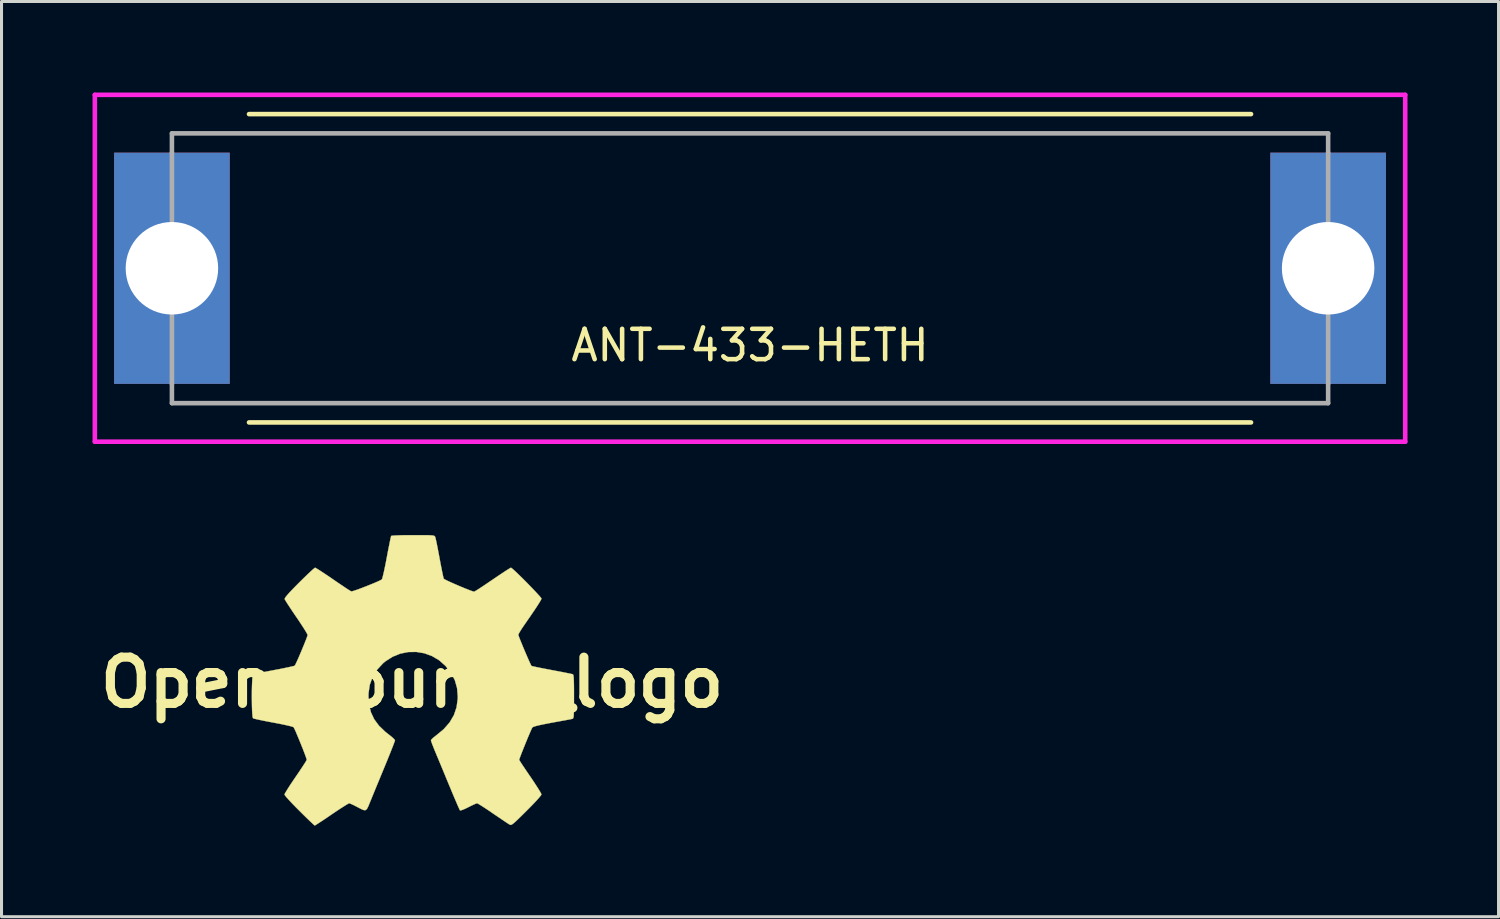
<source format=kicad_pcb>
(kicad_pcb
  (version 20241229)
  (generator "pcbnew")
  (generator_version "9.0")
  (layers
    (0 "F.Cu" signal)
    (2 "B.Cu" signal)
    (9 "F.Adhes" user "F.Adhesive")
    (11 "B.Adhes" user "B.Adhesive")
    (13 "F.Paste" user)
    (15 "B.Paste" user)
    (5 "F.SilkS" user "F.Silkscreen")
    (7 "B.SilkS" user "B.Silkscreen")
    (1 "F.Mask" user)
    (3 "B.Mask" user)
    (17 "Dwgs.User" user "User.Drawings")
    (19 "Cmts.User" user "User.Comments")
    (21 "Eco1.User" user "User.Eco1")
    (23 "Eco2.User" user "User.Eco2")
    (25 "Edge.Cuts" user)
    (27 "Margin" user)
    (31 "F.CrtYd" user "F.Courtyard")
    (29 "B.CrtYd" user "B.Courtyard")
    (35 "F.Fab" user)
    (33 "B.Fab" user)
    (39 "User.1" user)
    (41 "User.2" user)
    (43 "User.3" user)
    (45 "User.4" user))
  (footprint "Open_source_logo"
    (layer "F.Cu")
    (at 10.53 19.439)
    (property "Reference" "Open_source_logo" (at 0 0 0) (layer "F.SilkS") (effects (font (size 1.524 1.524) (thickness 0.3))))
    (attr through_hole)
    (fp_poly (pts (xy 0.248 -4.854) (xy 0.415 -4.853) (xy 0.54 -4.852) (xy 0.628 -4.848) (xy 0.687 -4.842) (xy 0.724 -4.833) (xy 0.744 -4.82) (xy 0.756 -4.804) (xy 0.762 -4.791) (xy 0.774 -4.745) (xy 0.795 -4.653) (xy 0.822 -4.523) (xy 0.853 -4.364) (xy 0.887 -4.185) (xy 0.904 -4.093) (xy 0.938 -3.909) (xy 0.971 -3.743) (xy 0.999 -3.602) (xy 1.022 -3.496) (xy 1.038 -3.432) (xy 1.043 -3.419) (xy 1.074 -3.398) (xy 1.147 -3.36) (xy 1.252 -3.311) (xy 1.38 -3.254) (xy 1.52 -3.193) (xy 1.661 -3.134) (xy 1.794 -3.08) (xy 1.908 -3.035) (xy 1.994 -3.004) (xy 2.041 -2.992) (xy 2.043 -2.992) (xy 2.074 -3.007) (xy 2.145 -3.05) (xy 2.249 -3.117) (xy 2.379 -3.203) (xy 2.528 -3.304) (xy 2.651 -3.387) (xy 2.811 -3.496) (xy 2.956 -3.593) (xy 3.08 -3.675) (xy 3.177 -3.736) (xy 3.238 -3.773) (xy 3.258 -3.782) (xy 3.288 -3.762) (xy 3.35 -3.708) (xy 3.438 -3.627) (xy 3.544 -3.524) (xy 3.662 -3.408) (xy 3.785 -3.284) (xy 3.907 -3.159) (xy 4.02 -3.041) (xy 4.119 -2.935) (xy 4.197 -2.849) (xy 4.247 -2.79) (xy 4.262 -2.765) (xy 4.249 -2.729) (xy 4.209 -2.658) (xy 4.141 -2.55) (xy 4.045 -2.403) (xy 3.917 -2.215) (xy 3.758 -1.985) (xy 3.68 -1.872) (xy 3.607 -1.764) (xy 3.549 -1.67) (xy 3.511 -1.601) (xy 3.5 -1.571) (xy 3.51 -1.535) (xy 3.539 -1.457) (xy 3.583 -1.348) (xy 3.636 -1.218) (xy 3.695 -1.076) (xy 3.756 -0.933) (xy 3.814 -0.799) (xy 3.865 -0.684) (xy 3.905 -0.598) (xy 3.929 -0.551) (xy 3.932 -0.546) (xy 3.963 -0.536) (xy 4.041 -0.519) (xy 4.16 -0.494) (xy 4.31 -0.464) (xy 4.484 -0.431) (xy 4.601 -0.408) (xy 4.788 -0.373) (xy 4.957 -0.341) (xy 5.101 -0.312) (xy 5.21 -0.29) (xy 5.278 -0.275) (xy 5.295 -0.271) (xy 5.307 -0.257) (xy 5.317 -0.223) (xy 5.324 -0.161) (xy 5.329 -0.067) (xy 5.332 0.066) (xy 5.334 0.244) (xy 5.334 0.463) (xy 5.334 0.684) (xy 5.333 0.854) (xy 5.33 0.982) (xy 5.326 1.072) (xy 5.32 1.133) (xy 5.311 1.169) (xy 5.3 1.188) (xy 5.285 1.196) (xy 5.236 1.208) (xy 5.147 1.225) (xy 5.034 1.247) (xy 4.981 1.256) (xy 4.706 1.306) (xy 4.482 1.348) (xy 4.305 1.383) (xy 4.17 1.412) (xy 4.072 1.437) (xy 4.007 1.458) (xy 3.97 1.476) (xy 3.96 1.485) (xy 3.941 1.523) (xy 3.905 1.602) (xy 3.858 1.712) (xy 3.802 1.845) (xy 3.743 1.989) (xy 3.684 2.135) (xy 3.629 2.273) (xy 3.582 2.393) (xy 3.548 2.485) (xy 3.529 2.539) (xy 3.528 2.548) (xy 3.543 2.576) (xy 3.586 2.645) (xy 3.652 2.745) (xy 3.737 2.872) (xy 3.836 3.018) (xy 3.895 3.103) (xy 4 3.259) (xy 4.093 3.401) (xy 4.17 3.522) (xy 4.227 3.616) (xy 4.257 3.675) (xy 4.262 3.689) (xy 4.242 3.724) (xy 4.186 3.793) (xy 4.099 3.891) (xy 3.985 4.012) (xy 3.849 4.151) (xy 3.77 4.23) (xy 3.617 4.382) (xy 3.498 4.498) (xy 3.409 4.583) (xy 3.343 4.64) (xy 3.296 4.675) (xy 3.263 4.691) (xy 3.238 4.692) (xy 3.216 4.684) (xy 3.216 4.684) (xy 3.174 4.658) (xy 3.093 4.605) (xy 2.983 4.531) (xy 2.85 4.441) (xy 2.702 4.341) (xy 2.664 4.315) (xy 2.517 4.214) (xy 2.384 4.126) (xy 2.273 4.055) (xy 2.191 4.005) (xy 2.146 3.981) (xy 2.141 3.979) (xy 2.102 3.992) (xy 2.026 4.025) (xy 1.925 4.073) (xy 1.854 4.109) (xy 1.741 4.164) (xy 1.65 4.201) (xy 1.592 4.217) (xy 1.578 4.214) (xy 1.562 4.183) (xy 1.526 4.106) (xy 1.476 3.99) (xy 1.412 3.841) (xy 1.338 3.667) (xy 1.258 3.474) (xy 1.227 3.4) (xy 1.136 3.182) (xy 1.046 2.963) (xy 0.959 2.753) (xy 0.88 2.563) (xy 0.813 2.404) (xy 0.764 2.285) (xy 0.76 2.277) (xy 0.708 2.148) (xy 0.664 2.036) (xy 0.634 1.952) (xy 0.621 1.908) (xy 0.621 1.906) (xy 0.642 1.872) (xy 0.7 1.818) (xy 0.781 1.754) (xy 0.797 1.742) (xy 1.043 1.538) (xy 1.236 1.317) (xy 1.377 1.077) (xy 1.465 0.817) (xy 1.503 0.535) (xy 1.505 0.466) (xy 1.481 0.183) (xy 1.408 -0.076) (xy 1.282 -0.317) (xy 1.102 -0.544) (xy 1.101 -0.546) (xy 0.89 -0.732) (xy 0.655 -0.871) (xy 0.402 -0.963) (xy 0.139 -1.007) (xy -0.128 -1.003) (xy -0.391 -0.95) (xy -0.643 -0.848) (xy -0.879 -0.698) (xy -0.959 -0.631) (xy -1.155 -0.419) (xy -1.301 -0.183) (xy -1.395 0.076) (xy -1.437 0.357) (xy -1.439 0.449) (xy -1.419 0.731) (xy -1.357 0.983) (xy -1.249 1.213) (xy -1.092 1.425) (xy -0.884 1.625) (xy -0.761 1.722) (xy -0.672 1.792) (xy -0.604 1.854) (xy -0.568 1.898) (xy -0.564 1.908) (xy -0.575 1.942) (xy -0.605 2.023) (xy -0.651 2.143) (xy -0.712 2.296) (xy -0.784 2.476) (xy -0.866 2.676) (xy -0.935 2.843) (xy -1.027 3.066) (xy -1.115 3.28) (xy -1.198 3.48) (xy -1.27 3.656) (xy -1.33 3.802) (xy -1.373 3.908) (xy -1.391 3.951) (xy -1.444 4.081) (xy -1.487 4.165) (xy -1.53 4.205) (xy -1.585 4.208) (xy -1.664 4.177) (xy -1.779 4.117) (xy -1.793 4.11) (xy -1.901 4.054) (xy -1.993 4.01) (xy -2.056 3.984) (xy -2.075 3.979) (xy -2.108 3.995) (xy -2.18 4.038) (xy -2.285 4.104) (xy -2.415 4.188) (xy -2.563 4.287) (xy -2.65 4.346) (xy -2.804 4.451) (xy -2.942 4.544) (xy -3.059 4.62) (xy -3.146 4.677) (xy -3.197 4.708) (xy -3.208 4.713) (xy -3.233 4.694) (xy -3.291 4.64) (xy -3.379 4.558) (xy -3.489 4.451) (xy -3.616 4.326) (xy -3.716 4.227) (xy -3.852 4.09) (xy -3.974 3.964) (xy -4.075 3.855) (xy -4.151 3.769) (xy -4.195 3.712) (xy -4.205 3.692) (xy -4.19 3.656) (xy -4.146 3.581) (xy -4.079 3.473) (xy -3.994 3.342) (xy -3.894 3.194) (xy -3.839 3.113) (xy -3.734 2.959) (xy -3.641 2.82) (xy -3.564 2.702) (xy -3.507 2.613) (xy -3.477 2.559) (xy -3.472 2.547) (xy -3.482 2.507) (xy -3.511 2.425) (xy -3.553 2.312) (xy -3.605 2.177) (xy -3.664 2.03) (xy -3.724 1.883) (xy -3.782 1.744) (xy -3.833 1.623) (xy -3.875 1.532) (xy -3.901 1.48) (xy -3.906 1.473) (xy -3.943 1.458) (xy -4.028 1.435) (xy -4.151 1.406) (xy -4.305 1.373) (xy -4.48 1.339) (xy -4.575 1.321) (xy -4.758 1.287) (xy -4.924 1.254) (xy -5.063 1.225) (xy -5.168 1.201) (xy -5.23 1.184) (xy -5.242 1.178) (xy -5.255 1.141) (xy -5.264 1.058) (xy -5.272 0.938) (xy -5.277 0.791) (xy -5.28 0.625) (xy -5.281 0.45) (xy -5.28 0.275) (xy -5.276 0.11) (xy -5.27 -0.037) (xy -5.262 -0.155) (xy -5.252 -0.236) (xy -5.239 -0.27) (xy -5.239 -0.271) (xy -5.201 -0.28) (xy -5.116 -0.298) (xy -4.992 -0.322) (xy -4.837 -0.353) (xy -4.66 -0.386) (xy -4.545 -0.408) (xy -4.359 -0.443) (xy -4.192 -0.477) (xy -4.051 -0.507) (xy -3.945 -0.531) (xy -3.881 -0.548) (xy -3.867 -0.554) (xy -3.846 -0.591) (xy -3.808 -0.67) (xy -3.758 -0.78) (xy -3.701 -0.912) (xy -3.641 -1.054) (xy -3.582 -1.197) (xy -3.528 -1.329) (xy -3.484 -1.442) (xy -3.454 -1.524) (xy -3.443 -1.565) (xy -3.443 -1.565) (xy -3.459 -1.602) (xy -3.502 -1.678) (xy -3.568 -1.785) (xy -3.654 -1.917) (xy -3.753 -2.067) (xy -3.814 -2.155) (xy -3.92 -2.311) (xy -4.016 -2.455) (xy -4.096 -2.577) (xy -4.156 -2.672) (xy -4.192 -2.732) (xy -4.199 -2.747) (xy -4.192 -2.776) (xy -4.161 -2.825) (xy -4.101 -2.897) (xy -4.009 -2.998) (xy -3.882 -3.13) (xy -3.723 -3.291) (xy -3.586 -3.426) (xy -3.46 -3.548) (xy -3.353 -3.649) (xy -3.269 -3.726) (xy -3.215 -3.771) (xy -3.197 -3.782) (xy -3.165 -3.766) (xy -3.093 -3.723) (xy -2.989 -3.656) (xy -2.859 -3.57) (xy -2.71 -3.47) (xy -2.604 -3.397) (xy -2.446 -3.288) (xy -2.301 -3.191) (xy -2.178 -3.108) (xy -2.082 -3.046) (xy -2.021 -3.009) (xy -2.003 -3) (xy -1.965 -3.007) (xy -1.885 -3.032) (xy -1.774 -3.07) (xy -1.642 -3.12) (xy -1.5 -3.175) (xy -1.358 -3.232) (xy -1.226 -3.286) (xy -1.115 -3.335) (xy -1.035 -3.373) (xy -0.997 -3.396) (xy -0.982 -3.432) (xy -0.96 -3.516) (xy -0.931 -3.639) (xy -0.898 -3.793) (xy -0.862 -3.972) (xy -0.835 -4.115) (xy -0.799 -4.306) (xy -0.765 -4.478) (xy -0.736 -4.624) (xy -0.713 -4.737) (xy -0.696 -4.807) (xy -0.69 -4.828) (xy -0.658 -4.836) (xy -0.577 -4.842) (xy -0.453 -4.848) (xy -0.293 -4.852) (xy -0.104 -4.854) (xy 0.03 -4.854) (xy 0.248 -4.854)) (stroke (width 0.01) (type solid)) (fill yes) (layer "F.SilkS")))
  (footprint "ANT-433-HETH"
    (layer "F.Cu")
    (at 21.665 5.79)
    (property "Reference" "ANT-433-HETH" (at 0 2.54 0) (layer "F.SilkS") (effects (font (size 1 1) (thickness 0.15))))
    (attr through_hole)
    (fp_line (start -16.51 -5.08) (end 16.51 -5.08) (stroke (width 0.15) (type solid)) (layer "F.SilkS"))
    (fp_line (start -16.51 5.08) (end 16.51 5.08) (stroke (width 0.15) (type solid)) (layer "F.SilkS"))
    (fp_line (start -21.59 -5.715) (end -21.59 5.715) (stroke (width 0.15) (type solid)) (layer "F.CrtYd"))
    (fp_line (start -21.59 5.715) (end 21.59 5.715) (stroke (width 0.15) (type solid)) (layer "F.CrtYd"))
    (fp_line (start 21.59 -5.715) (end -21.59 -5.715) (stroke (width 0.15) (type solid)) (layer "F.CrtYd"))
    (fp_line (start 21.59 -5.715) (end 21.59 5.715) (stroke (width 0.15) (type solid)) (layer "F.CrtYd"))
    (fp_line (start -19.05 -4.445) (end 19.05 -4.445) (stroke (width 0.15) (type solid)) (layer "F.Fab"))
    (fp_line (start -19.05 -3.81) (end -19.05 -4.445) (stroke (width 0.15) (type solid)) (layer "F.Fab"))
    (fp_line (start -19.05 -3.81) (end -19.05 3.81) (stroke (width 0.15) (type solid)) (layer "F.Fab"))
    (fp_line (start -19.05 4.445) (end -19.05 3.81) (stroke (width 0.15) (type solid)) (layer "F.Fab"))
    (fp_line (start 19.05 -4.445) (end 19.05 -3.81) (stroke (width 0.15) (type solid)) (layer "F.Fab"))
    (fp_line (start 19.05 3.81) (end 19.05 -3.81) (stroke (width 0.15) (type solid)) (layer "F.Fab"))
    (fp_line (start 19.05 3.81) (end 19.05 4.445) (stroke (width 0.15) (type solid)) (layer "F.Fab"))
    (fp_line (start 19.05 4.445) (end -19.05 4.445) (stroke (width 0.15) (type solid)) (layer "F.Fab"))
    (pad "1" thru_hole rect (at -19.05 0) (size 3.81 7.62) (drill 3.048) (layers "*.Cu" "*.Mask"))
    (pad "2" thru_hole rect (at 19.05 0) (size 3.81 7.62) (drill 3.048) (layers "*.Cu" "*.Mask")))
  (gr_rect
    (start -3 -3)
    (end 46.33 27.157)
    (stroke (width 0.1) (type default))
    (fill no)
    (layer "Edge.Cuts")))
</source>
